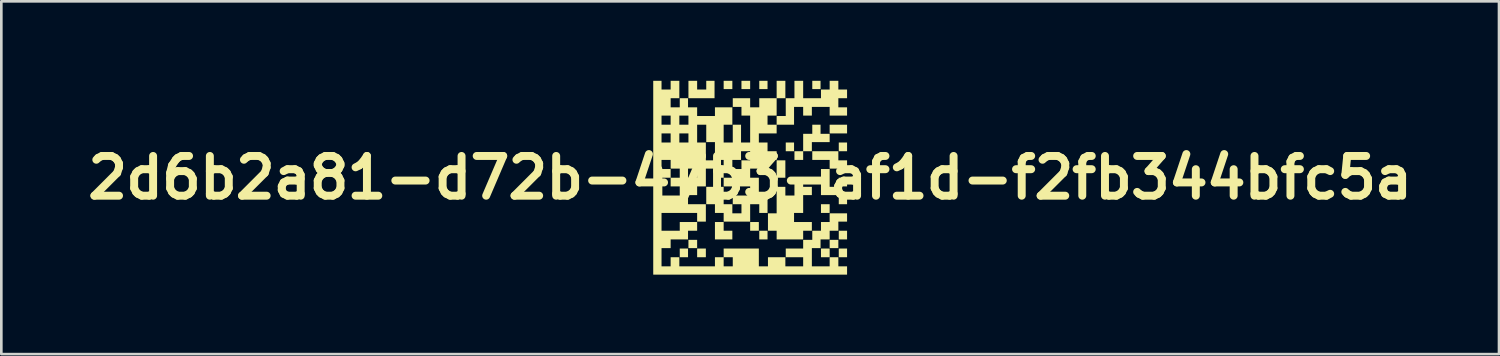
<source format=kicad_pcb>
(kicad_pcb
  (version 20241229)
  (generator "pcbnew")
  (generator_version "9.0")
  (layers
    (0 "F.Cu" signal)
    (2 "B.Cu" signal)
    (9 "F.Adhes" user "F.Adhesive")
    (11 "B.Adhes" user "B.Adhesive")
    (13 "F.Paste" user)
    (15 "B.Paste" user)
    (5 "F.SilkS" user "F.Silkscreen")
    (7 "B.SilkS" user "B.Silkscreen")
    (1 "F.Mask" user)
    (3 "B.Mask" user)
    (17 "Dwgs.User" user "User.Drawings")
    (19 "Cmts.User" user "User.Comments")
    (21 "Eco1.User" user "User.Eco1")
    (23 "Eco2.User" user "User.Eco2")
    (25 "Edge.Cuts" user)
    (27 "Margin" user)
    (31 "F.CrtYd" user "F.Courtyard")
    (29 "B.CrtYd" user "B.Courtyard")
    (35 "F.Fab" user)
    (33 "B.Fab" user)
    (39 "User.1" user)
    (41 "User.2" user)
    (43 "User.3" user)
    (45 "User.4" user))
  (footprint "2d6b2a81-d72b-47b3-af1d-f2fb344bfc5a"
    (layer "F.Cu")
    (at 25.264 3.658)
    (property "Reference" "2d6b2a81-d72b-47b3-af1d-f2fb344bfc5a" (at 0 0 0) (layer "F.SilkS") (effects (font (size 1.5 1.5) (thickness 0.3))))
    (attr board_only exclude_from_pos_files exclude_from_bom)
    (fp_poly (pts (xy -2.345 2.837) (xy -2.345 3.001) (xy -2.501 3.001) (xy -2.657 3.001) (xy -2.657 2.837) (xy -2.657 2.673) (xy -2.501 2.673) (xy -2.345 2.673)) (stroke (width 0) (type solid)) (fill yes) (layer "F.SilkS"))
    (fp_poly (pts (xy -2.001 2.501) (xy -2.001 2.657) (xy -2.165 2.657) (xy -2.329 2.657) (xy -2.329 2.501) (xy -2.329 2.345) (xy -2.165 2.345) (xy -2.001 2.345)) (stroke (width 0) (type solid)) (fill yes) (layer "F.SilkS"))
    (fp_poly (pts (xy -1.672 2.837) (xy -1.672 3.001) (xy -1.837 3.001) (xy -2.001 3.001) (xy -2.001 2.837) (xy -2.001 2.673) (xy -1.837 2.673) (xy -1.672 2.673)) (stroke (width 0) (type solid)) (fill yes) (layer "F.SilkS"))
    (fp_poly (pts (xy -0.672 -3.501) (xy -0.672 -3.345) (xy -0.836 -3.345) (xy -1 -3.345) (xy -1 -3.501) (xy -1 -3.658) (xy -0.836 -3.658) (xy -0.672 -3.658)) (stroke (width 0) (type solid)) (fill yes) (layer "F.SilkS"))
    (fp_poly (pts (xy -0.000001 -3.501) (xy -0.000001 -3.345) (xy -0.164 -3.345) (xy -0.328 -3.345) (xy -0.328 -3.501) (xy -0.328 -3.658) (xy -0.164 -3.658) (xy -0.000001 -3.658)) (stroke (width 0) (type solid)) (fill yes) (layer "F.SilkS"))
    (fp_poly (pts (xy 0.328 1.837) (xy 0.328 2.001) (xy 0.164 2.001) (xy -0.000001 2.001) (xy -0.000001 1.837) (xy -0.000001 1.672) (xy 0.164 1.672) (xy 0.328 1.672)) (stroke (width 0) (type solid)) (fill yes) (layer "F.SilkS"))
    (fp_poly (pts (xy 0.656 -3.501) (xy 0.656 -3.345) (xy 0.5 -3.345) (xy 0.344 -3.345) (xy 0.344 -3.501) (xy 0.344 -3.658) (xy 0.5 -3.658) (xy 0.656 -3.658)) (stroke (width 0) (type solid)) (fill yes) (layer "F.SilkS"))
    (fp_poly (pts (xy 0.656 2.165) (xy 0.656 2.329) (xy 0.5 2.329) (xy 0.344 2.329) (xy 0.344 2.165) (xy 0.344 2.001) (xy 0.5 2.001) (xy 0.656 2.001)) (stroke (width 0) (type solid)) (fill yes) (layer "F.SilkS"))
    (fp_poly (pts (xy 1.329 -0.328) (xy 1.329 -0.000001) (xy 1.164 -0.000001) (xy 1 -0.000001) (xy 1 -0.328) (xy 1 -0.656) (xy 1.164 -0.656) (xy 1.329 -0.656)) (stroke (width 0) (type solid)) (fill yes) (layer "F.SilkS"))
    (fp_poly (pts (xy 1.657 -1.164) (xy 1.657 -1) (xy 1.501 -1) (xy 1.344 -1) (xy 1.344 -1.164) (xy 1.344 -1.329) (xy 1.501 -1.329) (xy 1.657 -1.329)) (stroke (width 0) (type solid)) (fill yes) (layer "F.SilkS"))
    (fp_poly (pts (xy 2.657 -3.501) (xy 2.657 -3.345) (xy 2.501 -3.345) (xy 2.345 -3.345) (xy 2.345 -3.501) (xy 2.345 -3.658) (xy 2.501 -3.658) (xy 2.657 -3.658)) (stroke (width 0) (type solid)) (fill yes) (layer "F.SilkS"))
    (fp_poly (pts (xy 3.001 1.164) (xy 3.001 1.329) (xy 2.837 1.329) (xy 2.673 1.329) (xy 2.673 1.164) (xy 2.673 1) (xy 2.837 1) (xy 3.001 1)) (stroke (width 0) (type solid)) (fill yes) (layer "F.SilkS"))
    (fp_poly (pts (xy 3.001 2.837) (xy 3.001 3.001) (xy 2.837 3.001) (xy 2.673 3.001) (xy 2.673 2.837) (xy 2.673 2.673) (xy 2.837 2.673) (xy 3.001 2.673)) (stroke (width 0) (type solid)) (fill yes) (layer "F.SilkS"))
    (fp_poly (pts (xy 3.329 2.501) (xy 3.329 2.657) (xy 3.165 2.657) (xy 3.001 2.657) (xy 3.001 2.501) (xy 3.001 2.345) (xy 3.165 2.345) (xy 3.329 2.345)) (stroke (width 0) (type solid)) (fill yes) (layer "F.SilkS"))
    (fp_poly (pts (xy 3.658 -1.837) (xy 3.658 -1.672) (xy 3.329 -1.672) (xy 3.001 -1.672) (xy 3.001 -1.837) (xy 3.001 -2.001) (xy 3.329 -2.001) (xy 3.658 -2.001)) (stroke (width 0) (type solid)) (fill yes) (layer "F.SilkS"))
    (fp_poly (pts (xy 3.658 -1.164) (xy 3.658 -1) (xy 3.501 -1) (xy 3.345 -1) (xy 3.345 -1.164) (xy 3.345 -1.329) (xy 3.501 -1.329) (xy 3.658 -1.329)) (stroke (width 0) (type solid)) (fill yes) (layer "F.SilkS"))
    (fp_poly (pts (xy 3.658 0.164) (xy 3.658 0.328) (xy 3.501 0.328) (xy 3.345 0.328) (xy 3.345 0.164) (xy 3.345 -0.000001) (xy 3.501 -0.000001) (xy 3.658 -0.000001)) (stroke (width 0) (type solid)) (fill yes) (layer "F.SilkS"))
    (fp_poly (pts (xy 3.658 0.836) (xy 3.658 1) (xy 3.501 1) (xy 3.345 1) (xy 3.345 0.836) (xy 3.345 0.672) (xy 3.501 0.672) (xy 3.658 0.672)) (stroke (width 0) (type solid)) (fill yes) (layer "F.SilkS"))
    (fp_poly (pts (xy 3.658 2.165) (xy 3.658 2.329) (xy 3.501 2.329) (xy 3.345 2.329) (xy 3.345 2.165) (xy 3.345 2.001) (xy 3.501 2.001) (xy 3.658 2.001)) (stroke (width 0) (type solid)) (fill yes) (layer "F.SilkS"))
    (fp_poly (pts (xy 3.658 2.837) (xy 3.658 3.001) (xy 3.501 3.001) (xy 3.345 3.001) (xy 3.345 2.837) (xy 3.345 2.673) (xy 3.501 2.673) (xy 3.658 2.673)) (stroke (width 0) (type solid)) (fill yes) (layer "F.SilkS"))
    (fp_poly (pts (xy -1 1.837) (xy -1 2.001) (xy -0.836 2.001) (xy -0.672 2.001) (xy -0.672 2.165) (xy -0.672 2.329) (xy -1 2.329) (xy -1.329 2.329) (xy -1.329 2.001) (xy -1.329 1.672) (xy -1.164 1.672) (xy -1 1.672)) (stroke (width 0) (type solid)) (fill yes) (layer "F.SilkS"))
    (fp_poly (pts (xy 3.001 0.008) (xy 3.001 0.344) (xy 3.165 0.344) (xy 3.329 0.344) (xy 3.329 0.5) (xy 3.329 0.656) (xy 3.001 0.656) (xy 2.673 0.656) (xy 2.673 0.164) (xy 2.673 -0.328) (xy 2.837 -0.328) (xy 3.001 -0.328)) (stroke (width 0) (type solid)) (fill yes) (layer "F.SilkS"))
    (fp_poly (pts (xy -2.001 -3.493) (xy -2.001 -3.329) (xy -1.829 -3.329) (xy -1.657 -3.329) (xy -1.657 -3.493) (xy -1.657 -3.658) (xy -1.501 -3.658) (xy -1.344 -3.658) (xy -1.344 -3.329) (xy -1.344 -3.001) (xy -1.837 -3.001) (xy -2.329 -3.001) (xy -2.329 -3.329) (xy -2.329 -3.658) (xy -2.165 -3.658) (xy -2.001 -3.658)) (stroke (width 0) (type solid)) (fill yes) (layer "F.SilkS"))
    (fp_poly (pts (xy 3.329 -0.828) (xy 3.329 -0.656) (xy 3.493 -0.656) (xy 3.658 -0.656) (xy 3.658 -0.5) (xy 3.658 -0.344) (xy 3.329 -0.344) (xy 3.001 -0.344) (xy 3.001 -0.508) (xy 3.001 -0.672) (xy 2.673 -0.672) (xy 2.345 -0.672) (xy 2.345 -0.836) (xy 2.345 -1) (xy 2.837 -1) (xy 3.329 -1)) (stroke (width 0) (type solid)) (fill yes) (layer "F.SilkS"))
    (fp_poly (pts (xy 2.657 -1.829) (xy 2.657 -1.657) (xy 2.829 -1.657) (xy 3.001 -1.657) (xy 3.001 -1.501) (xy 3.001 -1.344) (xy 2.665 -1.344) (xy 2.329 -1.344) (xy 2.329 -1.172) (xy 2.329 -1) (xy 2.165 -1) (xy 2.001 -1) (xy 2.001 -0.836) (xy 2.001 -0.672) (xy 1.837 -0.672) (xy 1.672 -0.672) (xy 1.672 -0.836) (xy 1.672 -1) (xy 1.837 -1) (xy 2.001 -1) (xy 2.001 -1.329) (xy 2.001 -1.657) (xy 2.173 -1.657) (xy 2.345 -1.657) (xy 2.345 -1.829) (xy 2.345 -2.001) (xy 2.501 -2.001) (xy 2.657 -2.001)) (stroke (width 0) (type solid)) (fill yes) (layer "F.SilkS"))
    (fp_poly (pts (xy 2.001 0.172) (xy 2.001 0.344) (xy 2.165 0.344) (xy 2.329 0.344) (xy 2.329 0.5) (xy 2.329 0.656) (xy 2.165 0.656) (xy 2.001 0.656) (xy 2.001 0.993) (xy 2.001 1.329) (xy 1.829 1.329) (xy 1.657 1.329) (xy 1.657 1.501) (xy 1.657 1.672) (xy 1.993 1.672) (xy 2.329 1.672) (xy 2.329 1.837) (xy 2.329 2.001) (xy 2.165 2.001) (xy 2.001 2.001) (xy 2.001 2.165) (xy 2.001 2.329) (xy 1.501 2.329) (xy 1 2.329) (xy 1 2.165) (xy 1 2.001) (xy 0.836 2.001) (xy 0.672 2.001) (xy 0.672 1.672) (xy 0.672 1.344) (xy 0.836 1.344) (xy 1 1.344) (xy 1 0.844) (xy 1 0.344) (xy 1.164 0.344) (xy 1.329 0.344) (xy 1.329 0.508) (xy 1.329 0.672) (xy 1.501 0.672) (xy 1.672 0.672) (xy 1.672 0.336) (xy 1.672 -0.000001) (xy 1.837 -0.000001) (xy 2.001 -0.000001)) (stroke (width 0) (type solid)) (fill yes) (layer "F.SilkS"))
    (fp_poly (pts (xy -3.345 -3.493) (xy -3.345 -3.329) (xy -3.173 -3.329) (xy -3.001 -3.329) (xy -3.001 -3.493) (xy -3.001 -3.658) (xy -2.837 -3.658) (xy -2.673 -3.658) (xy -2.673 -3.329) (xy -2.673 -3.001) (xy -2.837 -3.001) (xy -3.001 -3.001) (xy -3.001 -2.829) (xy -3.001 -2.657) (xy -2.829 -2.657) (xy -2.657 -2.657) (xy -2.657 -2.829) (xy -2.657 -3.001) (xy -2.501 -3.001) (xy -2.345 -3.001) (xy -2.345 -2.829) (xy -2.345 -2.657) (xy -2.173 -2.657) (xy -2.001 -2.657) (xy -2.001 -2.493) (xy -2.001 -2.329) (xy -1.665 -2.329) (xy -1.329 -2.329) (xy -1.329 -2.493) (xy -1.329 -2.657) (xy -1 -2.657) (xy -0.672 -2.657) (xy -0.672 -2.329) (xy -0.672 -2.001) (xy -0.836 -2.001) (xy -1 -2.001) (xy -1 -1.665) (xy -1 -1.329) (xy -0.828 -1.329) (xy -0.656 -1.329) (xy -0.656 -1.665) (xy -0.656 -2.001) (xy -0.5 -2.001) (xy -0.344 -2.001) (xy -0.344 -1.665) (xy -0.344 -1.329) (xy -0.172 -1.329) (xy -0.000001 -1.329) (xy -0.000001 -1.837) (xy -0.000001 -2.345) (xy -0.164 -2.345) (xy -0.328 -2.345) (xy -0.328 -2.509) (xy -0.328 -2.673) (xy -0.492 -2.673) (xy -0.656 -2.673) (xy -0.656 -2.837) (xy -0.656 -3.001) (xy -0.328 -3.001) (xy -0.000001 -3.001) (xy -0.000001 -2.829) (xy -0.000001 -2.657) (xy 0.172 -2.657) (xy 0.344 -2.657) (xy 0.344 -2.829) (xy 0.344 -3.001) (xy 0.672 -3.001) (xy 1 -3.001) (xy 1 -3.329) (xy 1 -3.658) (xy 1.164 -3.658) (xy 1.329 -3.658) (xy 1.329 -3.329) (xy 1.329 -3.001) (xy 1.164 -3.001) (xy 1 -3.001) (xy 1 -2.673) (xy 1 -2.345) (xy 0.828 -2.345) (xy 0.656 -2.345) (xy 0.656 -2.173) (xy 0.656 -2.001) (xy 0.828 -2.001) (xy 1 -2.001) (xy 1 -2.165) (xy 1 -2.329) (xy 1.172 -2.329) (xy 1.344 -2.329) (xy 1.344 -2.665) (xy 1.344 -3.001) (xy 1.508 -3.001) (xy 1.672 -3.001) (xy 1.672 -3.329) (xy 1.672 -3.658) (xy 1.837 -3.658) (xy 2.001 -3.658) (xy 2.001 -3.329) (xy 2.001 -3.001) (xy 2.337 -3.001) (xy 2.673 -3.001) (xy 2.673 -3.165) (xy 2.673 -3.329) (xy 2.837 -3.329) (xy 3.001 -3.329) (xy 3.001 -3.493) (xy 3.001 -3.658) (xy 3.165 -3.658) (xy 3.329 -3.658) (xy 3.329 -3.493) (xy 3.329 -3.329) (xy 3.493 -3.329) (xy 3.658 -3.329) (xy 3.658 -3.165) (xy 3.658 -3.001) (xy 3.493 -3.001) (xy 3.329 -3.001) (xy 3.329 -2.829) (xy 3.329 -2.657) (xy 3.493 -2.657) (xy 3.658 -2.657) (xy 3.658 -2.501) (xy 3.658 -2.345) (xy 3.329 -2.345) (xy 3.001 -2.345) (xy 3.001 -2.509) (xy 3.001 -2.673) (xy 2.665 -2.673) (xy 2.329 -2.673) (xy 2.329 -2.509) (xy 2.329 -2.345) (xy 2.165 -2.345) (xy 2.001 -2.345) (xy 2.001 -2.509) (xy 2.001 -2.673) (xy 1.829 -2.673) (xy 1.657 -2.673) (xy 1.657 -2.337) (xy 1.657 -2.001) (xy 1.329 -2.001) (xy 1 -2.001) (xy 1 -1.837) (xy 1 -1.672) (xy 0.664 -1.672) (xy 0.328 -1.672) (xy 0.328 -1.501) (xy 0.328 -1.329) (xy 0.492 -1.329) (xy 0.656 -1.329) (xy 0.656 -1.164) (xy 0.656 -1) (xy 0.828 -1) (xy 1 -1) (xy 1 -0.836) (xy 1 -0.672) (xy 0.828 -0.672) (xy 0.656 -0.672) (xy 0.656 -0.508) (xy 0.656 -0.344) (xy 0.328 -0.344) (xy -0.000001 -0.344) (xy -0.000001 -0.172) (xy -0.000001 -0.000001) (xy 0.164 -0.000001) (xy 0.328 -0.000001) (xy 0.328 0.336) (xy 0.328 0.672) (xy 0.492 0.672) (xy 0.656 0.672) (xy 0.656 1) (xy 0.656 1.329) (xy 0.5 1.329) (xy 0.344 1.329) (xy 0.344 1.164) (xy 0.344 1) (xy 0.172 1) (xy -0.000001 1) (xy -0.000001 1.329) (xy -0.000001 1.657) (xy -0.5 1.657) (xy -1 1.657) (xy -1 1.493) (xy -1 1.329) (xy -1.164 1.329) (xy -1.329 1.329) (xy -1.329 1.164) (xy -1.329 1) (xy -1.493 1) (xy -1.657 1) (xy -1.657 0.672) (xy -1.657 0.344) (xy -1.329 0.344) (xy -1 0.344) (xy -1 0.672) (xy -1 1) (xy -0.836 1) (xy -0.672 1) (xy -0.672 1.172) (xy -0.672 1.344) (xy -0.5 1.344) (xy -0.328 1.344) (xy -0.328 1.172) (xy -0.328 1) (xy -0.492 1) (xy -0.656 1) (xy -0.656 0.836) (xy -0.656 0.672) (xy -0.328 0.672) (xy -0.000001 0.672) (xy -0.000001 0.5) (xy -0.000001 0.328) (xy -0.5 0.328) (xy -1 0.328) (xy -1 0.164) (xy -1 -0.000001) (xy -1.164 -0.000001) (xy -1.329 -0.000001) (xy -1.329 -0.164) (xy -1.329 -0.328) (xy -1.164 -0.328) (xy -1 -0.328) (xy -1 -0.164) (xy -1 -0.000001) (xy -0.828 -0.000001) (xy -0.656 -0.000001) (xy -0.656 -0.164) (xy -0.656 -0.328) (xy -0.492 -0.328) (xy -0.328 -0.328) (xy -0.328 -0.492) (xy -0.328 -0.656) (xy -0.164 -0.656) (xy -0.000001 -0.656) (xy -0.000001 -0.828) (xy -0.000001 -1) (xy -0.172 -1) (xy -0.344 -1) (xy -0.344 -0.836) (xy -0.344 -0.672) (xy -0.508 -0.672) (xy -0.672 -0.672) (xy -0.672 -0.508) (xy -0.672 -0.344) (xy -0.836 -0.344) (xy -1 -0.344) (xy -1 -0.508) (xy -1 -0.672) (xy -1.164 -0.672) (xy -1.329 -0.672) (xy -1.329 -1.008) (xy -1.329 -1.344) (xy -1.493 -1.344) (xy -1.657 -1.344) (xy -1.657 -1.672) (xy -1.657 -2.001) (xy -1.829 -2.001) (xy -2.001 -2.001) (xy -2.001 -1.665) (xy -2.001 -1.329) (xy -1.837 -1.329) (xy -1.672 -1.329) (xy -1.672 -0.993) (xy -1.672 -0.656) (xy -1.508 -0.656) (xy -1.344 -0.656) (xy -1.344 -0.5) (xy -1.344 -0.344) (xy -1.508 -0.344) (xy -1.672 -0.344) (xy -1.672 -0.008) (xy -1.672 0.328) (xy -1.837 0.328) (xy -2.001 0.328) (xy -2.001 0.492) (xy -2.001 0.656) (xy -2.173 0.656) (xy -2.345 0.656) (xy -2.345 0.828) (xy -2.345 1) (xy -2.009 1) (xy -1.672 1) (xy -1.672 1.329) (xy -1.672 1.657) (xy -1.837 1.657) (xy -2.001 1.657) (xy -2.001 1.493) (xy -2.001 1.329) (xy -2.673 1.329) (xy -3.345 1.329) (xy -3.345 1.665) (xy -3.345 2.001) (xy -3.001 2.001) (xy -2.657 2.001) (xy -2.657 1.837) (xy -2.657 1.672) (xy -2.329 1.672) (xy -2.001 1.672) (xy -2.001 1.837) (xy -2.001 2.001) (xy -2.173 2.001) (xy -2.345 2.001) (xy -2.345 2.165) (xy -2.345 2.329) (xy -2.673 2.329) (xy -3.001 2.329) (xy -3.001 2.493) (xy -3.001 2.657) (xy -3.173 2.657) (xy -3.345 2.657) (xy -3.345 3.001) (xy -3.345 3.345) (xy -3.173 3.345) (xy -3.001 3.345) (xy -3.001 3.173) (xy -3.001 3.001) (xy -2.837 3.001) (xy -2.673 3.001) (xy -2.673 3.173) (xy -2.673 3.345) (xy -2.001 3.345) (xy -1.329 3.345) (xy -1.329 3.173) (xy -1 3.173) (xy -1 3.345) (xy -0.828 3.345) (xy -0.656 3.345) (xy -0.656 3.173) (xy -0.656 3.001) (xy -0.828 3.001) (xy -1 3.001) (xy -1 3.173) (xy -1.329 3.173) (xy -1.329 3.001) (xy -1.164 3.001) (xy -1 3.001) (xy -1 2.837) (xy -1 2.673) (xy -0.336 2.673) (xy 0.328 2.673) (xy 0.328 3.009) (xy 0.328 3.345) (xy 0.5 3.345) (xy 0.672 3.345) (xy 0.672 3.173) (xy 0.672 3.001) (xy 1 3.001) (xy 1.329 3.001) (xy 1.329 3.173) (xy 1.329 3.345) (xy 1.665 3.345) (xy 2.001 3.345) (xy 2.001 3.173) (xy 2.001 3.001) (xy 1.672 3.001) (xy 1.344 3.001) (xy 1.344 2.837) (xy 1.344 2.673) (xy 1.672 2.673) (xy 2.001 2.673) (xy 2.001 2.509) (xy 2.001 2.345) (xy 2.173 2.345) (xy 2.345 2.345) (xy 2.345 2.173) (xy 2.345 2.001) (xy 2.509 2.001) (xy 2.673 2.001) (xy 2.673 1.837) (xy 2.673 1.672) (xy 2.837 1.672) (xy 3.001 1.672) (xy 3.001 1.508) (xy 3.001 1.344) (xy 3.329 1.344) (xy 3.658 1.344) (xy 3.658 1.501) (xy 3.658 1.657) (xy 3.493 1.657) (xy 3.329 1.657) (xy 3.329 1.829) (xy 3.329 2.001) (xy 3.165 2.001) (xy 3.001 2.001) (xy 3.001 2.165) (xy 3.001 2.329) (xy 2.829 2.329) (xy 2.657 2.329) (xy 2.657 2.493) (xy 2.657 2.657) (xy 2.493 2.657) (xy 2.329 2.657) (xy 2.329 3.001) (xy 2.329 3.345) (xy 2.665 3.345) (xy 3.001 3.345) (xy 3.001 3.173) (xy 3.001 3.001) (xy 3.165 3.001) (xy 3.329 3.001) (xy 3.329 3.173) (xy 3.329 3.345) (xy 3.493 3.345) (xy 3.658 3.345) (xy 3.658 3.501) (xy 3.658 3.658) (xy -0.000001 3.658) (xy -3.658 3.658) (xy -3.658 -0.000001) (xy -3.658 -0.5) (xy -3.345 -0.5) (xy -3.345 -0.328) (xy -3.173 -0.328) (xy -3.001 -0.328) (xy -3.001 -0.164) (xy -3.001 -0.000001) (xy -3.173 -0.000001) (xy -3.345 -0.000001) (xy -3.345 0.336) (xy -3.345 0.672) (xy -3.001 0.672) (xy -2.657 0.672) (xy -2.657 0.5) (xy -2.657 0.328) (xy -2.829 0.328) (xy -3.001 0.328) (xy -3.001 0.164) (xy -3.001 -0.000001) (xy -2.829 -0.000001) (xy -2.657 -0.000001) (xy -2.657 -0.172) (xy -2.345 -0.172) (xy -2.345 -0.000001) (xy -2.173 -0.000001) (xy -2.001 -0.000001) (xy -2.001 -0.172) (xy -2.001 -0.344) (xy -2.173 -0.344) (xy -2.345 -0.344) (xy -2.345 -0.172) (xy -2.657 -0.172) (xy -2.657 -0.344) (xy -2.829 -0.344) (xy -3.001 -0.344) (xy -3.001 -0.508) (xy -3.001 -0.672) (xy -3.173 -0.672) (xy -3.345 -0.672) (xy -3.345 -0.5) (xy -3.658 -0.5) (xy -3.658 -1.501) (xy -3.345 -1.501) (xy -3.345 -1.329) (xy -3.173 -1.329) (xy -3.001 -1.329) (xy -3.001 -1.501) (xy -2.673 -1.501) (xy -2.673 -1.329) (xy -2.501 -1.329) (xy -2.329 -1.329) (xy -2.329 -1.501) (xy -2.329 -1.672) (xy -2.501 -1.672) (xy -2.673 -1.672) (xy -2.673 -1.501) (xy -3.001 -1.501) (xy -3.001 -1.672) (xy -3.173 -1.672) (xy -3.345 -1.672) (xy -3.345 -1.501) (xy -3.658 -1.501) (xy -3.658 -2.173) (xy -3.345 -2.173) (xy -3.345 -2.001) (xy -3.173 -2.001) (xy -3.001 -2.001) (xy -3.001 -2.173) (xy -2.673 -2.173) (xy -2.673 -2.001) (xy -2.501 -2.001) (xy -2.329 -2.001) (xy -2.329 -2.173) (xy -2.329 -2.345) (xy -2.501 -2.345) (xy -2.673 -2.345) (xy -2.673 -2.173) (xy -3.001 -2.173) (xy -3.001 -2.345) (xy -3.173 -2.345) (xy -3.345 -2.345) (xy -3.345 -2.173) (xy -3.658 -2.173) (xy -3.658 -3.658) (xy -3.501 -3.658) (xy -3.345 -3.658)) (stroke (width 0) (type solid)) (fill yes) (layer "F.SilkS")))
  (gr_rect
    (start -3 -3)
    (end 53.529 10.315)
    (stroke (width 0.1) (type default))
    (fill no)
    (layer "Edge.Cuts")))
</source>
